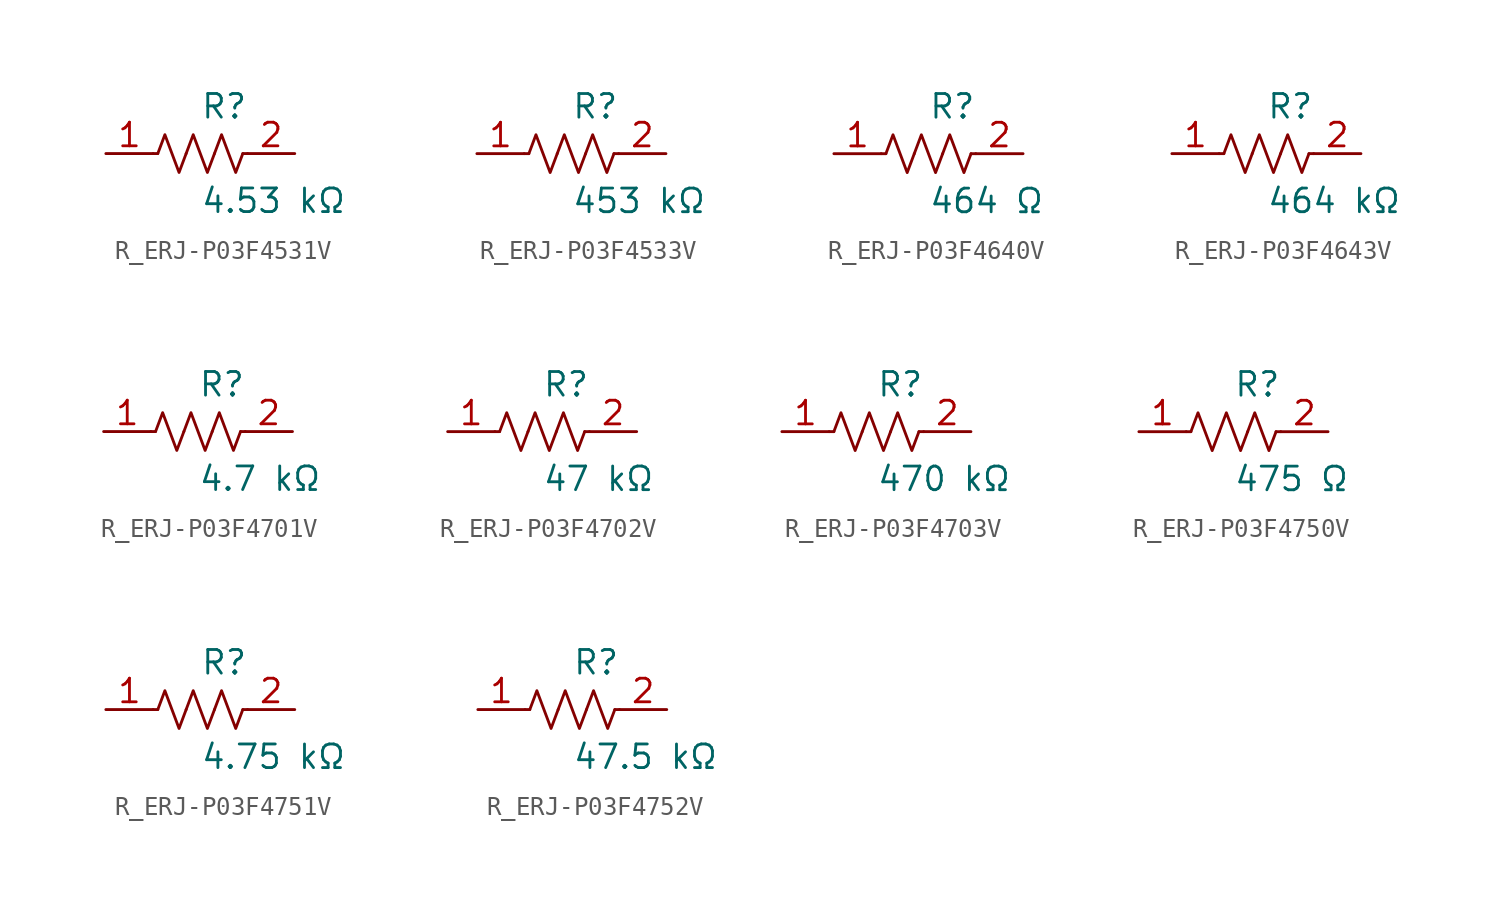
<source format=kicad_sym>
(kicad_symbol_lib
  (version 20231120)
  (generator kicad_symbol_editor)
  (generator_version 8.0)
  (symbol "R_ERJ-P03F4531V"
    (pin_names
      (offset 0.254))
    (property "Reference" "R"
      (at 0.0 2.54 0)
      (effects (font (size 1.27 1.27)) (justify left)))
    (property "Value" "4.53 kΩ"
      (at 0.0 -2.54 0)
      (effects (font (size 1.27 1.27)) (justify left)))
    (symbol "R_ERJ-P03F4531V_0_1"
      (polyline (pts (xy 2.286 0) (xy 2.54 0)) (stroke (width 0) (type default)) (fill (type none)))
      (polyline (pts (xy -2.286 0) (xy -2.54 0)) (stroke (width 0) (type default)) (fill (type none)))
      (polyline (pts (xy 0.762 0) (xy 1.143 1.016) (xy 1.524 0) (xy 1.905 -1.016) (xy 2.286 0)) (stroke (width 0) (type default)) (fill (type none)))
      (polyline (pts (xy -0.762 0) (xy -0.381 1.016) (xy 0 0) (xy 0.381 -1.016) (xy 0.762 0)) (stroke (width 0) (type default)) (fill (type none)))
      (polyline (pts (xy -2.286 0) (xy -1.905 1.016) (xy -1.524 0) (xy -1.143 -1.016) (xy -0.762 0)) (stroke (width 0) (type default)) (fill (type none))))
    (pin unspecified line
      (at -5.08 0 0)
      (length 2.54)
      (name "" (effects (font (size 1.27 1.27))))
      (number "1" (effects (font (size 1.27 1.27)))))
    (pin unspecified line
      (at 5.08 0 180)
      (length 2.54)
      (name "" (effects (font (size 1.27 1.27))))
      (number "2" (effects (font (size 1.27 1.27))))))
  (symbol "R_ERJ-P03F4533V"
    (pin_names
      (offset 0.254))
    (property "Reference" "R"
      (at 0.0 2.54 0)
      (effects (font (size 1.27 1.27)) (justify left)))
    (property "Value" "453 kΩ"
      (at 0.0 -2.54 0)
      (effects (font (size 1.27 1.27)) (justify left)))
    (symbol "R_ERJ-P03F4533V_0_1"
      (polyline (pts (xy 2.286 0) (xy 2.54 0)) (stroke (width 0) (type default)) (fill (type none)))
      (polyline (pts (xy -2.286 0) (xy -2.54 0)) (stroke (width 0) (type default)) (fill (type none)))
      (polyline (pts (xy 0.762 0) (xy 1.143 1.016) (xy 1.524 0) (xy 1.905 -1.016) (xy 2.286 0)) (stroke (width 0) (type default)) (fill (type none)))
      (polyline (pts (xy -0.762 0) (xy -0.381 1.016) (xy 0 0) (xy 0.381 -1.016) (xy 0.762 0)) (stroke (width 0) (type default)) (fill (type none)))
      (polyline (pts (xy -2.286 0) (xy -1.905 1.016) (xy -1.524 0) (xy -1.143 -1.016) (xy -0.762 0)) (stroke (width 0) (type default)) (fill (type none))))
    (pin unspecified line
      (at -5.08 0 0)
      (length 2.54)
      (name "" (effects (font (size 1.27 1.27))))
      (number "1" (effects (font (size 1.27 1.27)))))
    (pin unspecified line
      (at 5.08 0 180)
      (length 2.54)
      (name "" (effects (font (size 1.27 1.27))))
      (number "2" (effects (font (size 1.27 1.27))))))
  (symbol "R_ERJ-P03F4640V"
    (pin_names
      (offset 0.254))
    (property "Reference" "R"
      (at 0.0 2.54 0)
      (effects (font (size 1.27 1.27)) (justify left)))
    (property "Value" "464 Ω"
      (at 0.0 -2.54 0)
      (effects (font (size 1.27 1.27)) (justify left)))
    (symbol "R_ERJ-P03F4640V_0_1"
      (polyline (pts (xy 2.286 0) (xy 2.54 0)) (stroke (width 0) (type default)) (fill (type none)))
      (polyline (pts (xy -2.286 0) (xy -2.54 0)) (stroke (width 0) (type default)) (fill (type none)))
      (polyline (pts (xy 0.762 0) (xy 1.143 1.016) (xy 1.524 0) (xy 1.905 -1.016) (xy 2.286 0)) (stroke (width 0) (type default)) (fill (type none)))
      (polyline (pts (xy -0.762 0) (xy -0.381 1.016) (xy 0 0) (xy 0.381 -1.016) (xy 0.762 0)) (stroke (width 0) (type default)) (fill (type none)))
      (polyline (pts (xy -2.286 0) (xy -1.905 1.016) (xy -1.524 0) (xy -1.143 -1.016) (xy -0.762 0)) (stroke (width 0) (type default)) (fill (type none))))
    (pin unspecified line
      (at -5.08 0 0)
      (length 2.54)
      (name "" (effects (font (size 1.27 1.27))))
      (number "1" (effects (font (size 1.27 1.27)))))
    (pin unspecified line
      (at 5.08 0 180)
      (length 2.54)
      (name "" (effects (font (size 1.27 1.27))))
      (number "2" (effects (font (size 1.27 1.27))))))
  (symbol "R_ERJ-P03F4643V"
    (pin_names
      (offset 0.254))
    (property "Reference" "R"
      (at 0.0 2.54 0)
      (effects (font (size 1.27 1.27)) (justify left)))
    (property "Value" "464 kΩ"
      (at 0.0 -2.54 0)
      (effects (font (size 1.27 1.27)) (justify left)))
    (symbol "R_ERJ-P03F4643V_0_1"
      (polyline (pts (xy 2.286 0) (xy 2.54 0)) (stroke (width 0) (type default)) (fill (type none)))
      (polyline (pts (xy -2.286 0) (xy -2.54 0)) (stroke (width 0) (type default)) (fill (type none)))
      (polyline (pts (xy 0.762 0) (xy 1.143 1.016) (xy 1.524 0) (xy 1.905 -1.016) (xy 2.286 0)) (stroke (width 0) (type default)) (fill (type none)))
      (polyline (pts (xy -0.762 0) (xy -0.381 1.016) (xy 0 0) (xy 0.381 -1.016) (xy 0.762 0)) (stroke (width 0) (type default)) (fill (type none)))
      (polyline (pts (xy -2.286 0) (xy -1.905 1.016) (xy -1.524 0) (xy -1.143 -1.016) (xy -0.762 0)) (stroke (width 0) (type default)) (fill (type none))))
    (pin unspecified line
      (at -5.08 0 0)
      (length 2.54)
      (name "" (effects (font (size 1.27 1.27))))
      (number "1" (effects (font (size 1.27 1.27)))))
    (pin unspecified line
      (at 5.08 0 180)
      (length 2.54)
      (name "" (effects (font (size 1.27 1.27))))
      (number "2" (effects (font (size 1.27 1.27))))))
  (symbol "R_ERJ-P03F4701V"
    (pin_names
      (offset 0.254))
    (property "Reference" "R"
      (at 0.0 2.54 0)
      (effects (font (size 1.27 1.27)) (justify left)))
    (property "Value" "4.7 kΩ"
      (at 0.0 -2.54 0)
      (effects (font (size 1.27 1.27)) (justify left)))
    (symbol "R_ERJ-P03F4701V_0_1"
      (polyline (pts (xy 2.286 0) (xy 2.54 0)) (stroke (width 0) (type default)) (fill (type none)))
      (polyline (pts (xy -2.286 0) (xy -2.54 0)) (stroke (width 0) (type default)) (fill (type none)))
      (polyline (pts (xy 0.762 0) (xy 1.143 1.016) (xy 1.524 0) (xy 1.905 -1.016) (xy 2.286 0)) (stroke (width 0) (type default)) (fill (type none)))
      (polyline (pts (xy -0.762 0) (xy -0.381 1.016) (xy 0 0) (xy 0.381 -1.016) (xy 0.762 0)) (stroke (width 0) (type default)) (fill (type none)))
      (polyline (pts (xy -2.286 0) (xy -1.905 1.016) (xy -1.524 0) (xy -1.143 -1.016) (xy -0.762 0)) (stroke (width 0) (type default)) (fill (type none))))
    (pin unspecified line
      (at -5.08 0 0)
      (length 2.54)
      (name "" (effects (font (size 1.27 1.27))))
      (number "1" (effects (font (size 1.27 1.27)))))
    (pin unspecified line
      (at 5.08 0 180)
      (length 2.54)
      (name "" (effects (font (size 1.27 1.27))))
      (number "2" (effects (font (size 1.27 1.27))))))
  (symbol "R_ERJ-P03F4702V"
    (pin_names
      (offset 0.254))
    (property "Reference" "R"
      (at 0.0 2.54 0)
      (effects (font (size 1.27 1.27)) (justify left)))
    (property "Value" "47 kΩ"
      (at 0.0 -2.54 0)
      (effects (font (size 1.27 1.27)) (justify left)))
    (symbol "R_ERJ-P03F4702V_0_1"
      (polyline (pts (xy 2.286 0) (xy 2.54 0)) (stroke (width 0) (type default)) (fill (type none)))
      (polyline (pts (xy -2.286 0) (xy -2.54 0)) (stroke (width 0) (type default)) (fill (type none)))
      (polyline (pts (xy 0.762 0) (xy 1.143 1.016) (xy 1.524 0) (xy 1.905 -1.016) (xy 2.286 0)) (stroke (width 0) (type default)) (fill (type none)))
      (polyline (pts (xy -0.762 0) (xy -0.381 1.016) (xy 0 0) (xy 0.381 -1.016) (xy 0.762 0)) (stroke (width 0) (type default)) (fill (type none)))
      (polyline (pts (xy -2.286 0) (xy -1.905 1.016) (xy -1.524 0) (xy -1.143 -1.016) (xy -0.762 0)) (stroke (width 0) (type default)) (fill (type none))))
    (pin unspecified line
      (at -5.08 0 0)
      (length 2.54)
      (name "" (effects (font (size 1.27 1.27))))
      (number "1" (effects (font (size 1.27 1.27)))))
    (pin unspecified line
      (at 5.08 0 180)
      (length 2.54)
      (name "" (effects (font (size 1.27 1.27))))
      (number "2" (effects (font (size 1.27 1.27))))))
  (symbol "R_ERJ-P03F4703V"
    (pin_names
      (offset 0.254))
    (property "Reference" "R"
      (at 0.0 2.54 0)
      (effects (font (size 1.27 1.27)) (justify left)))
    (property "Value" "470 kΩ"
      (at 0.0 -2.54 0)
      (effects (font (size 1.27 1.27)) (justify left)))
    (symbol "R_ERJ-P03F4703V_0_1"
      (polyline (pts (xy 2.286 0) (xy 2.54 0)) (stroke (width 0) (type default)) (fill (type none)))
      (polyline (pts (xy -2.286 0) (xy -2.54 0)) (stroke (width 0) (type default)) (fill (type none)))
      (polyline (pts (xy 0.762 0) (xy 1.143 1.016) (xy 1.524 0) (xy 1.905 -1.016) (xy 2.286 0)) (stroke (width 0) (type default)) (fill (type none)))
      (polyline (pts (xy -0.762 0) (xy -0.381 1.016) (xy 0 0) (xy 0.381 -1.016) (xy 0.762 0)) (stroke (width 0) (type default)) (fill (type none)))
      (polyline (pts (xy -2.286 0) (xy -1.905 1.016) (xy -1.524 0) (xy -1.143 -1.016) (xy -0.762 0)) (stroke (width 0) (type default)) (fill (type none))))
    (pin unspecified line
      (at -5.08 0 0)
      (length 2.54)
      (name "" (effects (font (size 1.27 1.27))))
      (number "1" (effects (font (size 1.27 1.27)))))
    (pin unspecified line
      (at 5.08 0 180)
      (length 2.54)
      (name "" (effects (font (size 1.27 1.27))))
      (number "2" (effects (font (size 1.27 1.27))))))
  (symbol "R_ERJ-P03F4750V"
    (pin_names
      (offset 0.254))
    (property "Reference" "R"
      (at 0.0 2.54 0)
      (effects (font (size 1.27 1.27)) (justify left)))
    (property "Value" "475 Ω"
      (at 0.0 -2.54 0)
      (effects (font (size 1.27 1.27)) (justify left)))
    (symbol "R_ERJ-P03F4750V_0_1"
      (polyline (pts (xy 2.286 0) (xy 2.54 0)) (stroke (width 0) (type default)) (fill (type none)))
      (polyline (pts (xy -2.286 0) (xy -2.54 0)) (stroke (width 0) (type default)) (fill (type none)))
      (polyline (pts (xy 0.762 0) (xy 1.143 1.016) (xy 1.524 0) (xy 1.905 -1.016) (xy 2.286 0)) (stroke (width 0) (type default)) (fill (type none)))
      (polyline (pts (xy -0.762 0) (xy -0.381 1.016) (xy 0 0) (xy 0.381 -1.016) (xy 0.762 0)) (stroke (width 0) (type default)) (fill (type none)))
      (polyline (pts (xy -2.286 0) (xy -1.905 1.016) (xy -1.524 0) (xy -1.143 -1.016) (xy -0.762 0)) (stroke (width 0) (type default)) (fill (type none))))
    (pin unspecified line
      (at -5.08 0 0)
      (length 2.54)
      (name "" (effects (font (size 1.27 1.27))))
      (number "1" (effects (font (size 1.27 1.27)))))
    (pin unspecified line
      (at 5.08 0 180)
      (length 2.54)
      (name "" (effects (font (size 1.27 1.27))))
      (number "2" (effects (font (size 1.27 1.27))))))
  (symbol "R_ERJ-P03F4751V"
    (pin_names
      (offset 0.254))
    (property "Reference" "R"
      (at 0.0 2.54 0)
      (effects (font (size 1.27 1.27)) (justify left)))
    (property "Value" "4.75 kΩ"
      (at 0.0 -2.54 0)
      (effects (font (size 1.27 1.27)) (justify left)))
    (symbol "R_ERJ-P03F4751V_0_1"
      (polyline (pts (xy 2.286 0) (xy 2.54 0)) (stroke (width 0) (type default)) (fill (type none)))
      (polyline (pts (xy -2.286 0) (xy -2.54 0)) (stroke (width 0) (type default)) (fill (type none)))
      (polyline (pts (xy 0.762 0) (xy 1.143 1.016) (xy 1.524 0) (xy 1.905 -1.016) (xy 2.286 0)) (stroke (width 0) (type default)) (fill (type none)))
      (polyline (pts (xy -0.762 0) (xy -0.381 1.016) (xy 0 0) (xy 0.381 -1.016) (xy 0.762 0)) (stroke (width 0) (type default)) (fill (type none)))
      (polyline (pts (xy -2.286 0) (xy -1.905 1.016) (xy -1.524 0) (xy -1.143 -1.016) (xy -0.762 0)) (stroke (width 0) (type default)) (fill (type none))))
    (pin unspecified line
      (at -5.08 0 0)
      (length 2.54)
      (name "" (effects (font (size 1.27 1.27))))
      (number "1" (effects (font (size 1.27 1.27)))))
    (pin unspecified line
      (at 5.08 0 180)
      (length 2.54)
      (name "" (effects (font (size 1.27 1.27))))
      (number "2" (effects (font (size 1.27 1.27))))))
  (symbol "R_ERJ-P03F4752V"
    (pin_names
      (offset 0.254))
    (property "Reference" "R"
      (at 0.0 2.54 0)
      (effects (font (size 1.27 1.27)) (justify left)))
    (property "Value" "47.5 kΩ"
      (at 0.0 -2.54 0)
      (effects (font (size 1.27 1.27)) (justify left)))
    (symbol "R_ERJ-P03F4752V_0_1"
      (polyline (pts (xy 2.286 0) (xy 2.54 0)) (stroke (width 0) (type default)) (fill (type none)))
      (polyline (pts (xy -2.286 0) (xy -2.54 0)) (stroke (width 0) (type default)) (fill (type none)))
      (polyline (pts (xy 0.762 0) (xy 1.143 1.016) (xy 1.524 0) (xy 1.905 -1.016) (xy 2.286 0)) (stroke (width 0) (type default)) (fill (type none)))
      (polyline (pts (xy -0.762 0) (xy -0.381 1.016) (xy 0 0) (xy 0.381 -1.016) (xy 0.762 0)) (stroke (width 0) (type default)) (fill (type none)))
      (polyline (pts (xy -2.286 0) (xy -1.905 1.016) (xy -1.524 0) (xy -1.143 -1.016) (xy -0.762 0)) (stroke (width 0) (type default)) (fill (type none))))
    (pin unspecified line
      (at -5.08 0 0)
      (length 2.54)
      (name "" (effects (font (size 1.27 1.27))))
      (number "1" (effects (font (size 1.27 1.27)))))
    (pin unspecified line
      (at 5.08 0 180)
      (length 2.54)
      (name "" (effects (font (size 1.27 1.27))))
      (number "2" (effects (font (size 1.27 1.27)))))))
</source>
